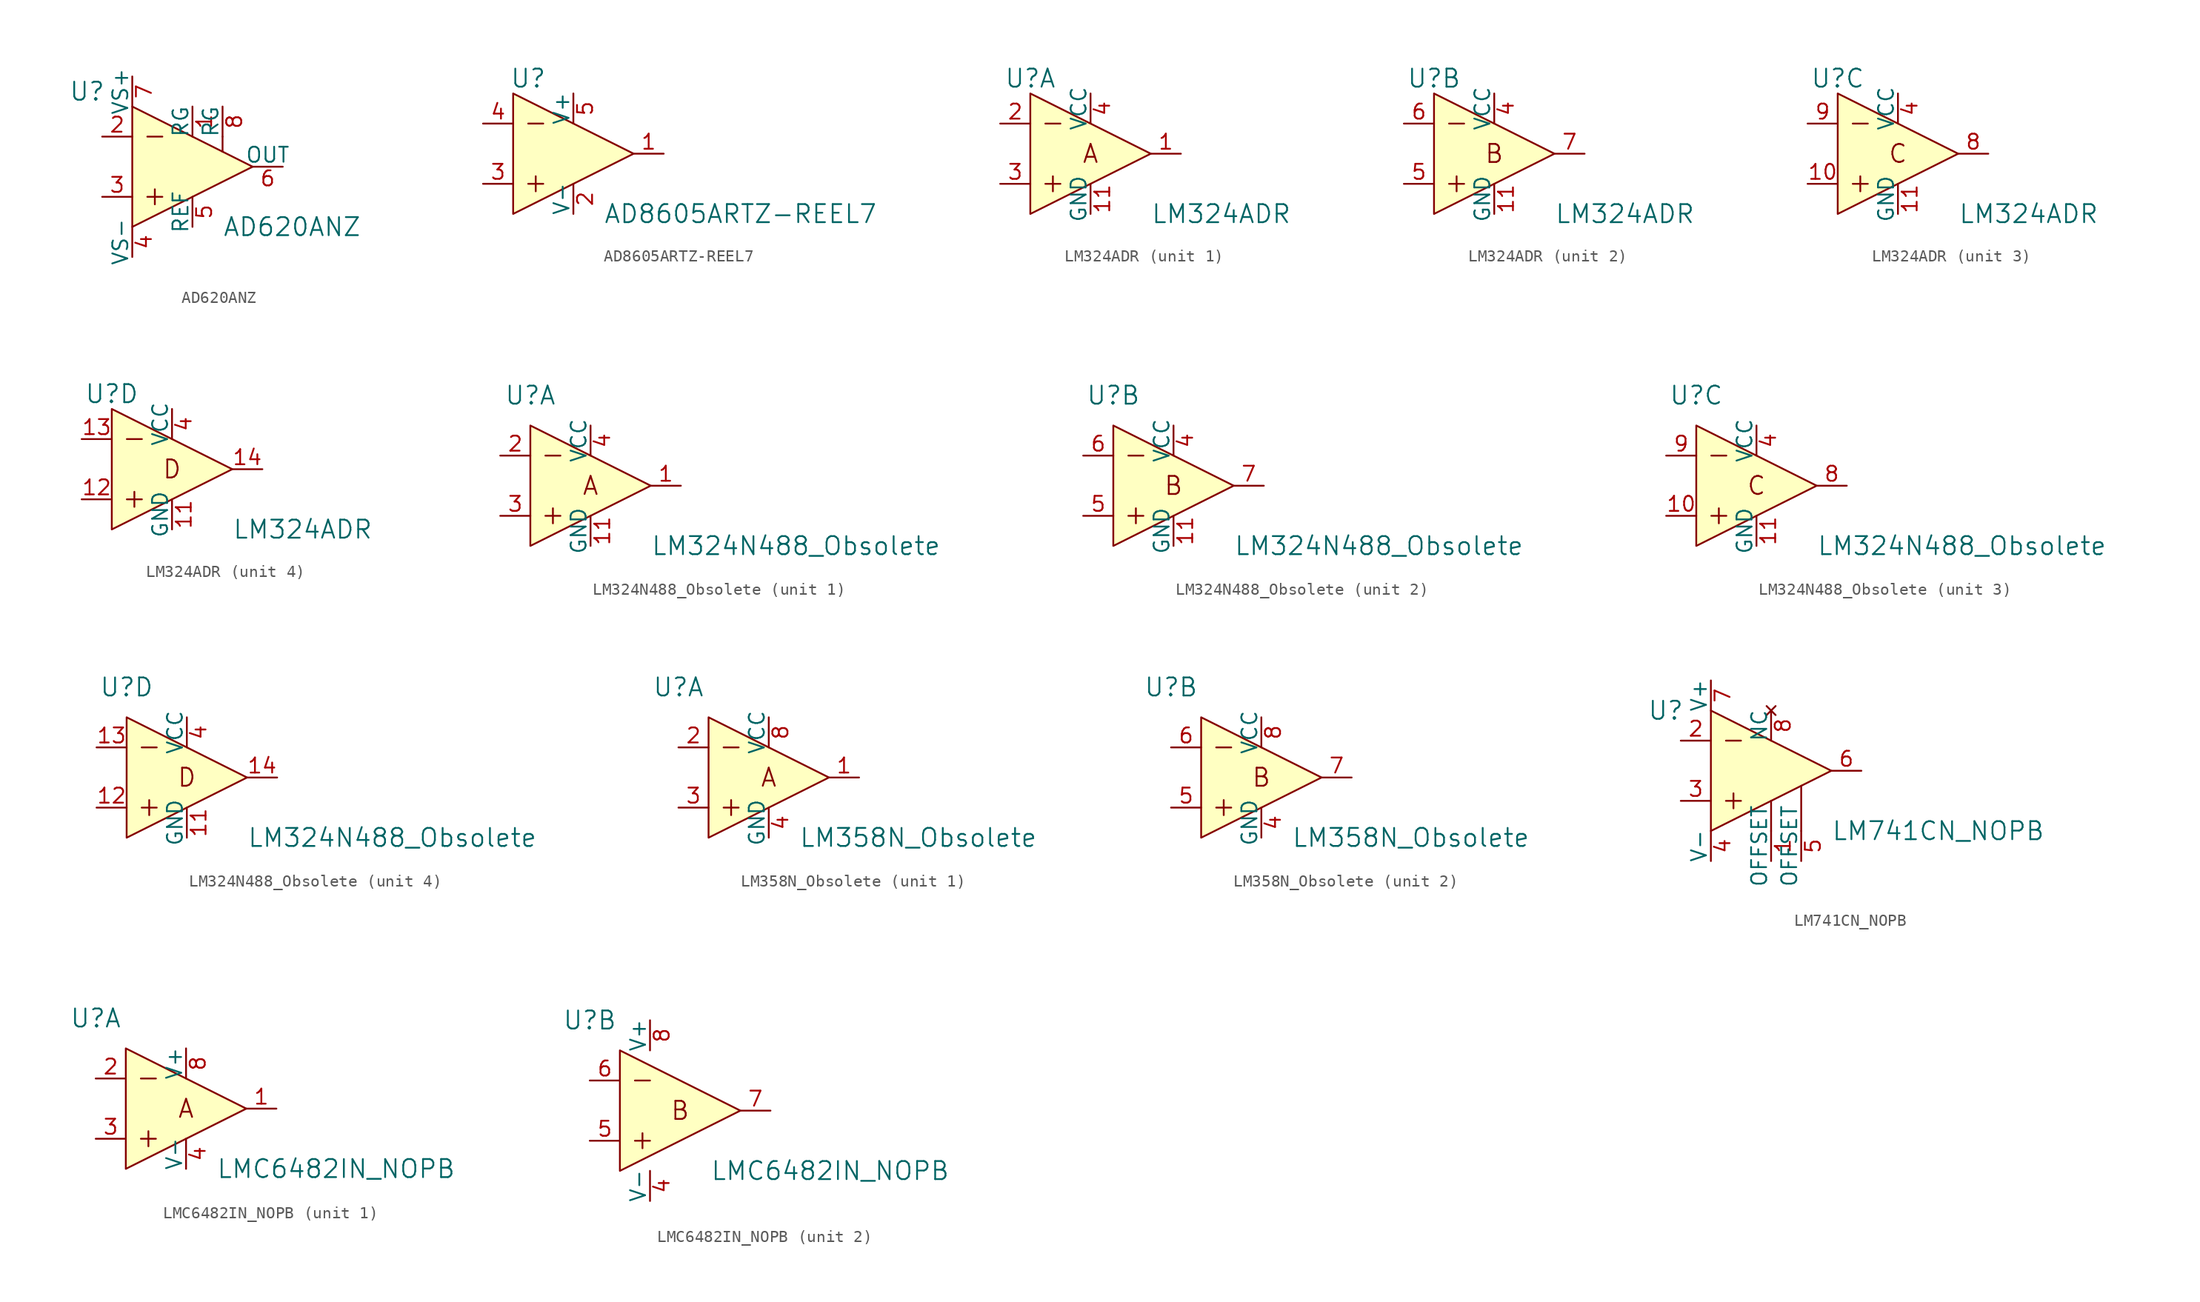
<source format=kicad_sym>
(kicad_symbol_lib
  (version 20201005)
  (generator kicad_symbol_editor)
  (symbol "AD620ANZ"
    (pin_names
      (offset 0))
    (property "Reference" "U"
      (at -8.89 6.35 0)
      (effects (font (size 1.524 1.524))))
    (property "Value" "AD620ANZ"
      (at 2.54 -5.08 0)
      (effects (font (size 1.524 1.524)) (justify left)))
    (symbol "AD620ANZ_1_0"
      (polyline (pts (xy -3.81 -2.54) (xy -2.54 -2.54)) (stroke (width 0)) (fill (type none)))
      (polyline (pts (xy -3.81 2.54) (xy -2.54 2.54)) (stroke (width 0)) (fill (type none)))
      (polyline (pts (xy -3.175 -1.905) (xy -3.175 -3.175)) (stroke (width 0)) (fill (type none)))
      (polyline (pts (xy 2.54 2.54) (xy 2.54 1.27)) (stroke (width 0)) (fill (type none)))
      (polyline (pts (xy -5.08 5.08) (xy -5.08 -5.08) (xy 5.08 0) (xy -5.08 5.08)) (stroke (width 0)) (fill (type background))))
    (symbol "AD620ANZ_1_1"
      (pin passive line (at 0 5.08 270) (length 2.54) (name "RG" (effects (font (size 1.27 1.27)))) (number "1" (effects (font (size 1.27 1.27)))))
      (pin input line (at -7.62 2.54 0) (length 2.54) (name "~" (effects (font (size 1.27 1.27)))) (number "2" (effects (font (size 1.27 1.27)))))
      (pin input line (at -7.62 -2.54 0) (length 2.54) (name "~" (effects (font (size 1.27 1.27)))) (number "3" (effects (font (size 1.27 1.27)))))
      (pin power_in line (at -5.08 -7.62 90) (length 2.54) (name "VS-" (effects (font (size 1.27 1.27)))) (number "4" (effects (font (size 1.27 1.27)))))
      (pin output line (at 0 -5.08 90) (length 2.54) (name "REF" (effects (font (size 1.27 1.27)))) (number "5" (effects (font (size 1.27 1.27)))))
      (pin output line (at 7.62 0 180) (length 2.54) (name "OUT" (effects (font (size 1.27 1.27)))) (number "6" (effects (font (size 1.27 1.27)))))
      (pin power_in line (at -5.08 7.62 270) (length 2.54) (name "VS+" (effects (font (size 1.27 1.27)))) (number "7" (effects (font (size 1.27 1.27)))))
      (pin passive line (at 2.54 5.08 270) (length 2.54) (name "RG" (effects (font (size 1.27 1.27)))) (number "8" (effects (font (size 1.27 1.27)))))))
  (symbol "AD8605ARTZ-REEL7"
    (pin_names
      (offset 0))
    (property "Reference" "U"
      (at -3.81 6.35 0)
      (effects (font (size 1.524 1.524))))
    (property "Value" "AD8605ARTZ-REEL7"
      (at 2.54 -5.08 0)
      (effects (font (size 1.524 1.524)) (justify left)))
    (symbol "AD8605ARTZ-REEL7_1_0"
      (polyline (pts (xy -3.81 -2.54) (xy -2.54 -2.54)) (stroke (width 0)) (fill (type none)))
      (polyline (pts (xy -3.81 2.54) (xy -2.54 2.54)) (stroke (width 0)) (fill (type none)))
      (polyline (pts (xy -3.175 -1.905) (xy -3.175 -3.175)) (stroke (width 0)) (fill (type none)))
      (polyline (pts (xy -5.08 5.08) (xy -5.08 -5.08) (xy 5.08 0) (xy -5.08 5.08)) (stroke (width 0)) (fill (type background))))
    (symbol "AD8605ARTZ-REEL7_1_1"
      (pin output line (at 7.62 0 180) (length 2.54) (name "~" (effects (font (size 1.27 1.27)))) (number "1" (effects (font (size 1.27 1.27)))))
      (pin power_in line (at 0 -5.08 90) (length 2.54) (name "V-" (effects (font (size 1.27 1.27)))) (number "2" (effects (font (size 1.27 1.27)))))
      (pin input line (at -7.62 -2.54 0) (length 2.54) (name "~" (effects (font (size 1.27 1.27)))) (number "3" (effects (font (size 1.27 1.27)))))
      (pin input line (at -7.62 2.54 0) (length 2.54) (name "~" (effects (font (size 1.27 1.27)))) (number "4" (effects (font (size 1.27 1.27)))))
      (pin power_in line (at 0 5.08 270) (length 2.54) (name "V+" (effects (font (size 1.27 1.27)))) (number "5" (effects (font (size 1.27 1.27)))))))
  (symbol "LM324ADR"
    (pin_names
      (offset 0))
    (property "Reference" "U"
      (at -5.08 6.35 0)
      (effects (font (size 1.524 1.524))))
    (property "Value" "LM324ADR"
      (at 5.08 -5.08 0)
      (effects (font (size 1.524 1.524)) (justify left)))
    (property "ki_locked" ""
      (at 0 0 0)
      (effects (font (size 1.27 1.27))))
    (symbol "LM324ADR_0_0"
      (polyline (pts (xy -3.81 -2.54) (xy -2.54 -2.54)) (stroke (width 0)) (fill (type none)))
      (polyline (pts (xy -3.81 2.54) (xy -2.54 2.54)) (stroke (width 0)) (fill (type none)))
      (polyline (pts (xy -3.175 -1.905) (xy -3.175 -3.175)) (stroke (width 0)) (fill (type none)))
      (polyline (pts (xy -5.08 5.08) (xy -5.08 -5.08) (xy 5.08 0) (xy -5.08 5.08)) (stroke (width 0)) (fill (type background))))
    (symbol "LM324ADR_1_0"
      (text "A" (at 0 0 0) (effects (font (size 1.524 1.524)))))
    (symbol "LM324ADR_1_1"
      (pin output line (at 7.62 0 180) (length 2.54) (name "~" (effects (font (size 1.27 1.27)))) (number "1" (effects (font (size 1.27 1.27)))))
      (pin input line (at -7.62 2.54 0) (length 2.54) (name "~" (effects (font (size 1.27 1.27)))) (number "2" (effects (font (size 1.27 1.27)))))
      (pin input line (at -7.62 -2.54 0) (length 2.54) (name "~" (effects (font (size 1.27 1.27)))) (number "3" (effects (font (size 1.27 1.27)))))
      (pin power_in line (at 0 5.08 270) (length 2.54) (name "VCC" (effects (font (size 1.27 1.27)))) (number "4" (effects (font (size 1.27 1.27)))))
      (pin power_in line (at 0 -5.08 90) (length 2.54) (name "GND" (effects (font (size 1.27 1.27)))) (number "11" (effects (font (size 1.27 1.27))))))
    (symbol "LM324ADR_2_0"
      (text "B" (at 0 0 0) (effects (font (size 1.524 1.524)))))
    (symbol "LM324ADR_2_1"
      (pin power_in line (at 0 5.08 270) (length 2.54) (name "VCC" (effects (font (size 1.27 1.27)))) (number "4" (effects (font (size 1.27 1.27)))))
      (pin input line (at -7.62 -2.54 0) (length 2.54) (name "~" (effects (font (size 1.27 1.27)))) (number "5" (effects (font (size 1.27 1.27)))))
      (pin input line (at -7.62 2.54 0) (length 2.54) (name "~" (effects (font (size 1.27 1.27)))) (number "6" (effects (font (size 1.27 1.27)))))
      (pin output line (at 7.62 0 180) (length 2.54) (name "~" (effects (font (size 1.27 1.27)))) (number "7" (effects (font (size 1.27 1.27)))))
      (pin power_in line (at 0 -5.08 90) (length 2.54) (name "GND" (effects (font (size 1.27 1.27)))) (number "11" (effects (font (size 1.27 1.27))))))
    (symbol "LM324ADR_3_0"
      (text "C" (at 0 0 0) (effects (font (size 1.524 1.524)))))
    (symbol "LM324ADR_3_1"
      (pin power_in line (at 0 5.08 270) (length 2.54) (name "VCC" (effects (font (size 1.27 1.27)))) (number "4" (effects (font (size 1.27 1.27)))))
      (pin output line (at 7.62 0 180) (length 2.54) (name "~" (effects (font (size 1.27 1.27)))) (number "8" (effects (font (size 1.27 1.27)))))
      (pin input line (at -7.62 2.54 0) (length 2.54) (name "~" (effects (font (size 1.27 1.27)))) (number "9" (effects (font (size 1.27 1.27)))))
      (pin input line (at -7.62 -2.54 0) (length 2.54) (name "~" (effects (font (size 1.27 1.27)))) (number "10" (effects (font (size 1.27 1.27)))))
      (pin power_in line (at 0 -5.08 90) (length 2.54) (name "GND" (effects (font (size 1.27 1.27)))) (number "11" (effects (font (size 1.27 1.27))))))
    (symbol "LM324ADR_4_0"
      (text "D" (at 0 0 0) (effects (font (size 1.524 1.524)))))
    (symbol "LM324ADR_4_1"
      (pin power_in line (at 0 5.08 270) (length 2.54) (name "VCC" (effects (font (size 1.27 1.27)))) (number "4" (effects (font (size 1.27 1.27)))))
      (pin power_in line (at 0 -5.08 90) (length 2.54) (name "GND" (effects (font (size 1.27 1.27)))) (number "11" (effects (font (size 1.27 1.27)))))
      (pin input line (at -7.62 -2.54 0) (length 2.54) (name "~" (effects (font (size 1.27 1.27)))) (number "12" (effects (font (size 1.27 1.27)))))
      (pin input line (at -7.62 2.54 0) (length 2.54) (name "~" (effects (font (size 1.27 1.27)))) (number "13" (effects (font (size 1.27 1.27)))))
      (pin output line (at 7.62 0 180) (length 2.54) (name "~" (effects (font (size 1.27 1.27)))) (number "14" (effects (font (size 1.27 1.27)))))))
  (symbol "LM324N488_Obsolete"
    (pin_names
      (offset 0))
    (property "Reference" "U"
      (at -5.08 7.62 0)
      (effects (font (size 1.524 1.524))))
    (property "Value" "LM324N488_Obsolete"
      (at 5.08 -5.08 0)
      (effects (font (size 1.524 1.524)) (justify left)))
    (property "ki_locked" ""
      (at 0 0 0)
      (effects (font (size 1.27 1.27))))
    (symbol "LM324N488_Obsolete_0_0"
      (polyline (pts (xy -3.81 -2.54) (xy -2.54 -2.54)) (stroke (width 0)) (fill (type none)))
      (polyline (pts (xy -3.81 2.54) (xy -2.54 2.54)) (stroke (width 0)) (fill (type none)))
      (polyline (pts (xy -3.175 -1.905) (xy -3.175 -3.175)) (stroke (width 0)) (fill (type none)))
      (polyline (pts (xy -5.08 5.08) (xy -5.08 -5.08) (xy 5.08 0) (xy -5.08 5.08)) (stroke (width 0)) (fill (type background))))
    (symbol "LM324N488_Obsolete_1_0"
      (text "A" (at 0 0 0) (effects (font (size 1.524 1.524)))))
    (symbol "LM324N488_Obsolete_1_1"
      (pin output line (at 7.62 0 180) (length 2.54) (name "~" (effects (font (size 1.27 1.27)))) (number "1" (effects (font (size 1.27 1.27)))))
      (pin input line (at -7.62 2.54 0) (length 2.54) (name "~" (effects (font (size 1.27 1.27)))) (number "2" (effects (font (size 1.27 1.27)))))
      (pin input line (at -7.62 -2.54 0) (length 2.54) (name "~" (effects (font (size 1.27 1.27)))) (number "3" (effects (font (size 1.27 1.27)))))
      (pin power_in line (at 0 5.08 270) (length 2.54) (name "VCC" (effects (font (size 1.27 1.27)))) (number "4" (effects (font (size 1.27 1.27)))))
      (pin power_in line (at 0 -5.08 90) (length 2.54) (name "GND" (effects (font (size 1.27 1.27)))) (number "11" (effects (font (size 1.27 1.27))))))
    (symbol "LM324N488_Obsolete_2_0"
      (text "B" (at 0 0 0) (effects (font (size 1.524 1.524)))))
    (symbol "LM324N488_Obsolete_2_1"
      (pin power_in line (at 0 5.08 270) (length 2.54) (name "VCC" (effects (font (size 1.27 1.27)))) (number "4" (effects (font (size 1.27 1.27)))))
      (pin input line (at -7.62 -2.54 0) (length 2.54) (name "~" (effects (font (size 1.27 1.27)))) (number "5" (effects (font (size 1.27 1.27)))))
      (pin input line (at -7.62 2.54 0) (length 2.54) (name "~" (effects (font (size 1.27 1.27)))) (number "6" (effects (font (size 1.27 1.27)))))
      (pin output line (at 7.62 0 180) (length 2.54) (name "~" (effects (font (size 1.27 1.27)))) (number "7" (effects (font (size 1.27 1.27)))))
      (pin power_in line (at 0 -5.08 90) (length 2.54) (name "GND" (effects (font (size 1.27 1.27)))) (number "11" (effects (font (size 1.27 1.27))))))
    (symbol "LM324N488_Obsolete_3_0"
      (text "C" (at 0 0 0) (effects (font (size 1.524 1.524)))))
    (symbol "LM324N488_Obsolete_3_1"
      (pin power_in line (at 0 5.08 270) (length 2.54) (name "VCC" (effects (font (size 1.27 1.27)))) (number "4" (effects (font (size 1.27 1.27)))))
      (pin output line (at 7.62 0 180) (length 2.54) (name "~" (effects (font (size 1.27 1.27)))) (number "8" (effects (font (size 1.27 1.27)))))
      (pin input line (at -7.62 2.54 0) (length 2.54) (name "~" (effects (font (size 1.27 1.27)))) (number "9" (effects (font (size 1.27 1.27)))))
      (pin input line (at -7.62 -2.54 0) (length 2.54) (name "~" (effects (font (size 1.27 1.27)))) (number "10" (effects (font (size 1.27 1.27)))))
      (pin power_in line (at 0 -5.08 90) (length 2.54) (name "GND" (effects (font (size 1.27 1.27)))) (number "11" (effects (font (size 1.27 1.27))))))
    (symbol "LM324N488_Obsolete_4_0"
      (text "D" (at 0 0 0) (effects (font (size 1.524 1.524)))))
    (symbol "LM324N488_Obsolete_4_1"
      (pin power_in line (at 0 5.08 270) (length 2.54) (name "VCC" (effects (font (size 1.27 1.27)))) (number "4" (effects (font (size 1.27 1.27)))))
      (pin power_in line (at 0 -5.08 90) (length 2.54) (name "GND" (effects (font (size 1.27 1.27)))) (number "11" (effects (font (size 1.27 1.27)))))
      (pin input line (at -7.62 -2.54 0) (length 2.54) (name "~" (effects (font (size 1.27 1.27)))) (number "12" (effects (font (size 1.27 1.27)))))
      (pin input line (at -7.62 2.54 0) (length 2.54) (name "~" (effects (font (size 1.27 1.27)))) (number "13" (effects (font (size 1.27 1.27)))))
      (pin output line (at 7.62 0 180) (length 2.54) (name "~" (effects (font (size 1.27 1.27)))) (number "14" (effects (font (size 1.27 1.27)))))))
  (symbol "LM358N_Obsolete"
    (pin_names
      (offset 0))
    (property "Reference" "U"
      (at -7.62 7.62 0)
      (effects (font (size 1.524 1.524))))
    (property "Value" "LM358N_Obsolete"
      (at 2.54 -5.08 0)
      (effects (font (size 1.524 1.524)) (justify left)))
    (property "ki_locked" ""
      (at 0 0 0)
      (effects (font (size 1.27 1.27))))
    (symbol "LM358N_Obsolete_0_1"
      (polyline (pts (xy -3.81 -2.54) (xy -2.54 -2.54)) (stroke (width 0)) (fill (type none)))
      (polyline (pts (xy -3.81 2.54) (xy -2.54 2.54)) (stroke (width 0)) (fill (type none)))
      (polyline (pts (xy -3.175 -1.905) (xy -3.175 -3.175)) (stroke (width 0)) (fill (type none)))
      (polyline (pts (xy 5.08 0) (xy -5.08 5.08) (xy -5.08 -5.08) (xy 5.08 0)) (stroke (width 0)) (fill (type background))))
    (symbol "LM358N_Obsolete_1_0"
      (text "A" (at 0 0 0) (effects (font (size 1.524 1.524)))))
    (symbol "LM358N_Obsolete_1_1"
      (pin output line (at 7.62 0 180) (length 2.54) (name "~" (effects (font (size 1.27 1.27)))) (number "1" (effects (font (size 1.27 1.27)))))
      (pin input line (at -7.62 2.54 0) (length 2.54) (name "~" (effects (font (size 1.27 1.27)))) (number "2" (effects (font (size 1.27 1.27)))))
      (pin input line (at -7.62 -2.54 0) (length 2.54) (name "~" (effects (font (size 1.27 1.27)))) (number "3" (effects (font (size 1.27 1.27)))))
      (pin power_in line (at 0 -5.08 90) (length 2.54) (name "GND" (effects (font (size 1.27 1.27)))) (number "4" (effects (font (size 1.27 1.27)))))
      (pin power_in line (at 0 5.08 270) (length 2.54) (name "VCC" (effects (font (size 1.27 1.27)))) (number "8" (effects (font (size 1.27 1.27))))))
    (symbol "LM358N_Obsolete_2_0"
      (text "B" (at 0 0 0) (effects (font (size 1.524 1.524)))))
    (symbol "LM358N_Obsolete_2_1"
      (pin power_in line (at 0 -5.08 90) (length 2.54) (name "GND" (effects (font (size 1.27 1.27)))) (number "4" (effects (font (size 1.27 1.27)))))
      (pin input line (at -7.62 -2.54 0) (length 2.54) (name "~" (effects (font (size 1.27 1.27)))) (number "5" (effects (font (size 1.27 1.27)))))
      (pin input line (at -7.62 2.54 0) (length 2.54) (name "~" (effects (font (size 1.27 1.27)))) (number "6" (effects (font (size 1.27 1.27)))))
      (pin output line (at 7.62 0 180) (length 2.54) (name "~" (effects (font (size 1.27 1.27)))) (number "7" (effects (font (size 1.27 1.27)))))
      (pin power_in line (at 0 5.08 270) (length 2.54) (name "VCC" (effects (font (size 1.27 1.27)))) (number "8" (effects (font (size 1.27 1.27)))))))
  (symbol "LM741CN_NOPB"
    (pin_names
      (offset 0))
    (property "Reference" "U"
      (at -8.89 5.08 0)
      (effects (font (size 1.524 1.524))))
    (property "Value" "LM741CN_NOPB"
      (at 5.08 -5.08 0)
      (effects (font (size 1.524 1.524)) (justify left)))
    (symbol "LM741CN_NOPB_1_0"
      (polyline (pts (xy -3.81 -2.54) (xy -2.54 -2.54)) (stroke (width 0)) (fill (type none)))
      (polyline (pts (xy -3.81 2.54) (xy -2.54 2.54)) (stroke (width 0)) (fill (type none)))
      (polyline (pts (xy -3.175 -1.905) (xy -3.175 -3.175)) (stroke (width 0)) (fill (type none)))
      (polyline (pts (xy 0 -2.54) (xy 0 -5.08)) (stroke (width 0)) (fill (type none)))
      (polyline (pts (xy 2.54 -1.27) (xy 2.54 -5.08)) (stroke (width 0)) (fill (type none)))
      (polyline (pts (xy -5.08 5.08) (xy -5.08 -5.08) (xy 5.08 0) (xy -5.08 5.08)) (stroke (width 0)) (fill (type background))))
    (symbol "LM741CN_NOPB_1_1"
      (pin input line (at 0 -7.62 90) (length 2.54) (name "OFFSET" (effects (font (size 1.27 1.27)))) (number "1" (effects (font (size 1.27 1.27)))))
      (pin input line (at -7.62 2.54 0) (length 2.54) (name "~" (effects (font (size 1.27 1.27)))) (number "2" (effects (font (size 1.27 1.27)))))
      (pin input line (at -7.62 -2.54 0) (length 2.54) (name "~" (effects (font (size 1.27 1.27)))) (number "3" (effects (font (size 1.27 1.27)))))
      (pin power_in line (at -5.08 -7.62 90) (length 2.54) (name "V-" (effects (font (size 1.27 1.27)))) (number "4" (effects (font (size 1.27 1.27)))))
      (pin input line (at 2.54 -7.62 90) (length 2.54) (name "OFFSET" (effects (font (size 1.27 1.27)))) (number "5" (effects (font (size 1.27 1.27)))))
      (pin output line (at 7.62 0 180) (length 2.54) (name "~" (effects (font (size 1.27 1.27)))) (number "6" (effects (font (size 1.27 1.27)))))
      (pin power_in line (at -5.08 7.62 270) (length 2.54) (name "V+" (effects (font (size 1.27 1.27)))) (number "7" (effects (font (size 1.27 1.27)))))
      (pin no_connect line (at 0 5.08 270) (length 2.54) (name "NC" (effects (font (size 1.27 1.27)))) (number "8" (effects (font (size 1.27 1.27)))))))
  (symbol "LMC6482IN_NOPB"
    (pin_names
      (offset 0))
    (property "Reference" "U"
      (at -7.62 7.62 0)
      (effects (font (size 1.524 1.524))))
    (property "Value" "LMC6482IN_NOPB"
      (at 2.54 -5.08 0)
      (effects (font (size 1.524 1.524)) (justify left)))
    (property "ki_locked" ""
      (at 0 0 0)
      (effects (font (size 1.27 1.27))))
    (symbol "LMC6482IN_NOPB_0_1"
      (polyline (pts (xy -3.81 -2.54) (xy -2.54 -2.54)) (stroke (width 0)) (fill (type none)))
      (polyline (pts (xy -3.81 2.54) (xy -2.54 2.54)) (stroke (width 0)) (fill (type none)))
      (polyline (pts (xy -3.175 -1.905) (xy -3.175 -3.175)) (stroke (width 0)) (fill (type none)))
      (polyline (pts (xy -5.08 5.08) (xy -5.08 -5.08) (xy 5.08 0) (xy -5.08 5.08)) (stroke (width 0)) (fill (type background))))
    (symbol "LMC6482IN_NOPB_1_0"
      (text "A" (at 0 0 0) (effects (font (size 1.524 1.524)))))
    (symbol "LMC6482IN_NOPB_1_1"
      (pin output line (at 7.62 0 180) (length 2.54) (name "~" (effects (font (size 1.27 1.27)))) (number "1" (effects (font (size 1.27 1.27)))))
      (pin input line (at -7.62 2.54 0) (length 2.54) (name "~" (effects (font (size 1.27 1.27)))) (number "2" (effects (font (size 1.27 1.27)))))
      (pin input line (at -7.62 -2.54 0) (length 2.54) (name "~" (effects (font (size 1.27 1.27)))) (number "3" (effects (font (size 1.27 1.27)))))
      (pin power_in line (at 0 -5.08 90) (length 2.54) (name "V-" (effects (font (size 1.27 1.27)))) (number "4" (effects (font (size 1.27 1.27)))))
      (pin power_in line (at 0 5.08 270) (length 2.54) (name "V+" (effects (font (size 1.27 1.27)))) (number "8" (effects (font (size 1.27 1.27))))))
    (symbol "LMC6482IN_NOPB_2_0"
      (text "B" (at 0 0 0) (effects (font (size 1.524 1.524)))))
    (symbol "LMC6482IN_NOPB_2_1"
      (pin power_in line (at -2.54 -7.62 90) (length 2.54) (name "V-" (effects (font (size 1.27 1.27)))) (number "4" (effects (font (size 1.27 1.27)))))
      (pin input line (at -7.62 -2.54 0) (length 2.54) (name "~" (effects (font (size 1.27 1.27)))) (number "5" (effects (font (size 1.27 1.27)))))
      (pin input line (at -7.62 2.54 0) (length 2.54) (name "~" (effects (font (size 1.27 1.27)))) (number "6" (effects (font (size 1.27 1.27)))))
      (pin output line (at 7.62 0 180) (length 2.54) (name "~" (effects (font (size 1.27 1.27)))) (number "7" (effects (font (size 1.27 1.27)))))
      (pin power_in line (at -2.54 7.62 270) (length 2.54) (name "V+" (effects (font (size 1.27 1.27)))) (number "8" (effects (font (size 1.27 1.27))))))))
</source>
